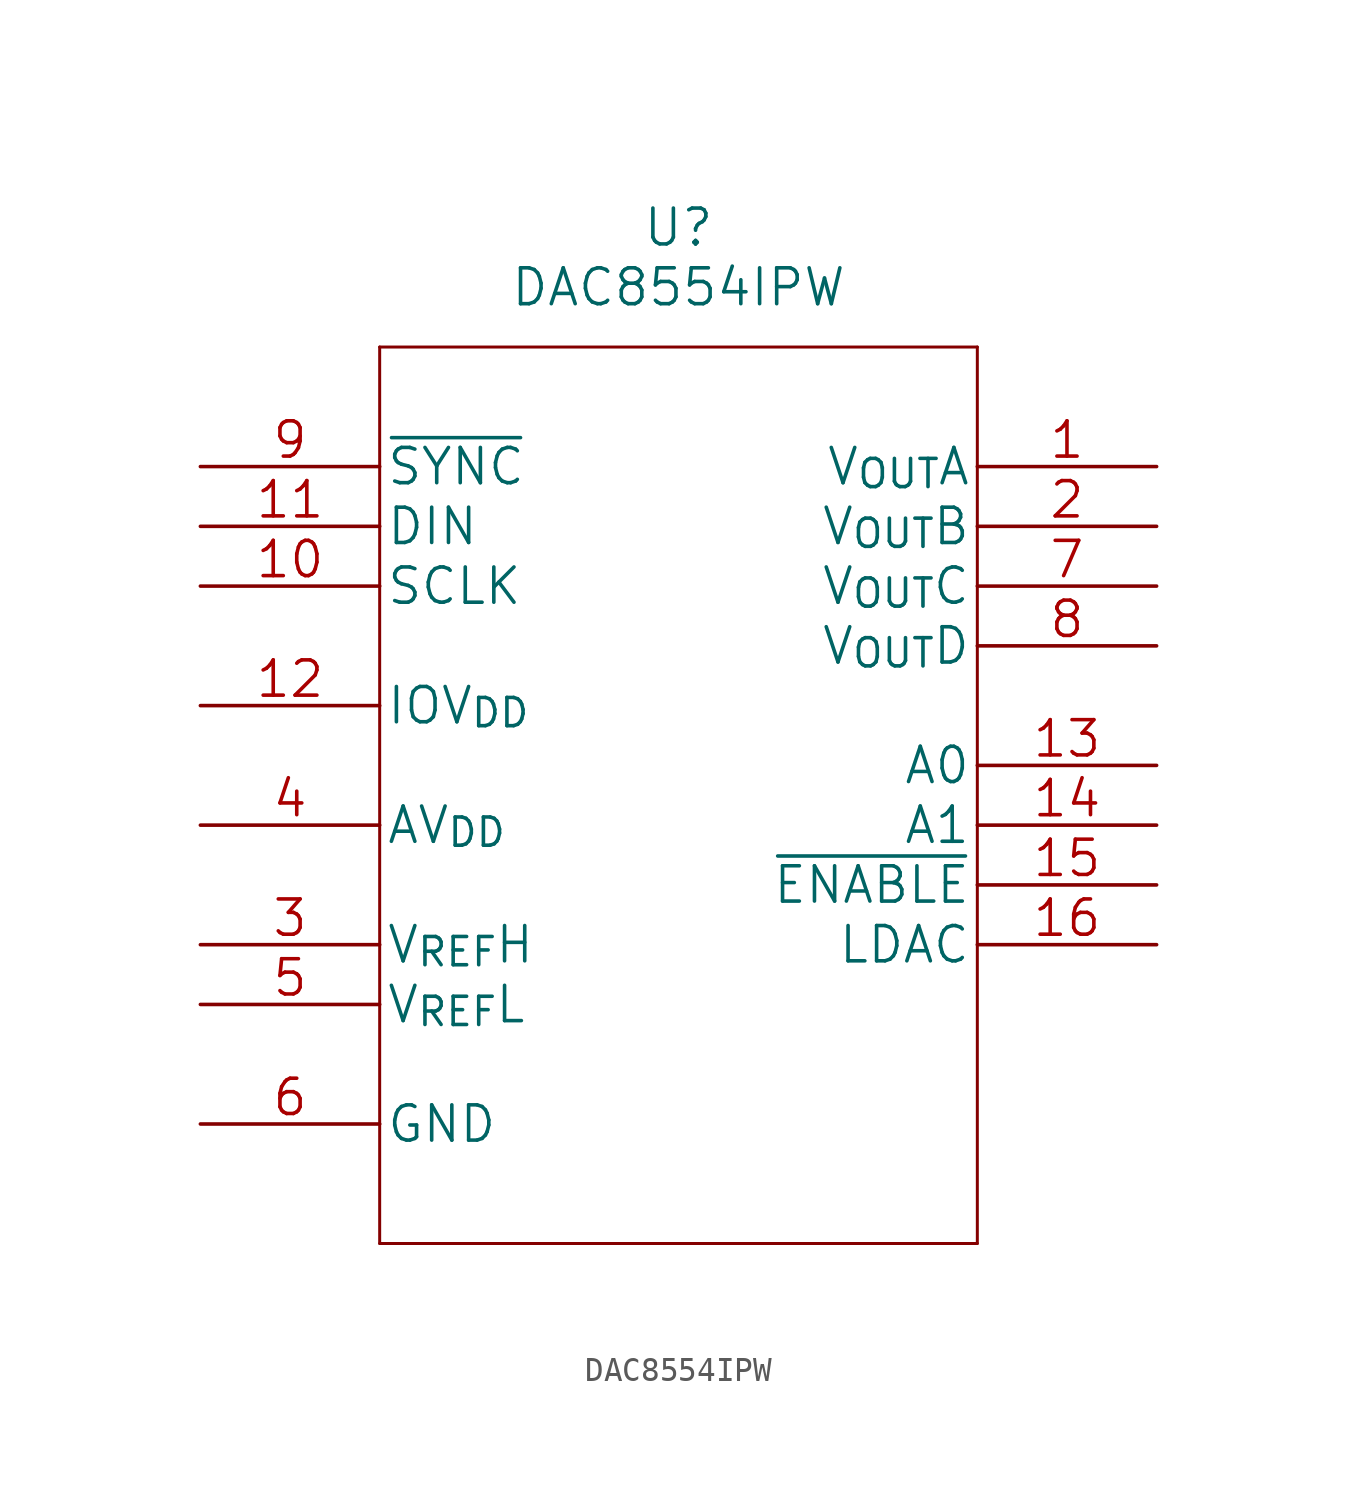
<source format=kicad_sym>
(kicad_symbol_lib
  (version 20211014)
  (generator kicad_symbol_editor)
  (symbol "DAC8554IPW"
    (pin_names
      (offset 0.254))
    (property "Reference" "U"
      (at 0 24.13 0)
      (effects (font (size 1.524 1.524))))
    (property "Value" "DAC8554IPW"
      (at 0 21.59 0)
      (effects (font (size 1.524 1.524))))
    (symbol "DAC8554IPW_1_1"
      (polyline (pts (xy -12.7 -19.05) (xy 12.7 -19.05)) (stroke (width 0.127) (type default) (color 0 0 0 0)) (fill (type none)))
      (polyline (pts (xy -12.7 19.05) (xy -12.7 -19.05)) (stroke (width 0.127) (type default) (color 0 0 0 0)) (fill (type none)))
      (polyline (pts (xy 12.7 -19.05) (xy 12.7 19.05)) (stroke (width 0.127) (type default) (color 0 0 0 0)) (fill (type none)))
      (polyline (pts (xy 12.7 19.05) (xy -12.7 19.05)) (stroke (width 0.127) (type default) (color 0 0 0 0)) (fill (type none)))
      (pin output line (at 20.32 13.97 180) (length 7.62) (name "V_{OUT}A" (effects (font (size 1.499 1.499)))) (number "1" (effects (font (size 1.499 1.499)))))
      (pin input line (at -20.32 8.89 0) (length 7.62) (name "SCLK" (effects (font (size 1.499 1.499)))) (number "10" (effects (font (size 1.499 1.499)))))
      (pin input line (at -20.32 11.43 0) (length 7.62) (name "DIN" (effects (font (size 1.499 1.499)))) (number "11" (effects (font (size 1.499 1.499)))))
      (pin power_in line (at -20.32 3.81 0) (length 7.62) (name "IOV_{DD}" (effects (font (size 1.499 1.499)))) (number "12" (effects (font (size 1.499 1.499)))))
      (pin unspecified line (at 20.32 1.27 180) (length 7.62) (name "A0" (effects (font (size 1.499 1.499)))) (number "13" (effects (font (size 1.499 1.499)))))
      (pin unspecified line (at 20.32 -1.27 180) (length 7.62) (name "A1" (effects (font (size 1.499 1.499)))) (number "14" (effects (font (size 1.499 1.499)))))
      (pin unspecified line (at 20.32 -3.81 180) (length 7.62) (name "~{ENABLE}" (effects (font (size 1.499 1.499)))) (number "15" (effects (font (size 1.499 1.499)))))
      (pin unspecified line (at 20.32 -6.35 180) (length 7.62) (name "LDAC" (effects (font (size 1.499 1.499)))) (number "16" (effects (font (size 1.499 1.499)))))
      (pin output line (at 20.32 11.43 180) (length 7.62) (name "V_{OUT}B" (effects (font (size 1.499 1.499)))) (number "2" (effects (font (size 1.499 1.499)))))
      (pin input line (at -20.32 -6.35 0) (length 7.62) (name "V_{REF}H" (effects (font (size 1.499 1.499)))) (number "3" (effects (font (size 1.499 1.499)))))
      (pin power_in line (at -20.32 -1.27 0) (length 7.62) (name "AV_{DD}" (effects (font (size 1.499 1.499)))) (number "4" (effects (font (size 1.499 1.499)))))
      (pin input line (at -20.32 -8.89 0) (length 7.62) (name "V_{REF}L" (effects (font (size 1.499 1.499)))) (number "5" (effects (font (size 1.499 1.499)))))
      (pin power_in line (at -20.32 -13.97 0) (length 7.62) (name "GND" (effects (font (size 1.499 1.499)))) (number "6" (effects (font (size 1.499 1.499)))))
      (pin output line (at 20.32 8.89 180) (length 7.62) (name "V_{OUT}C" (effects (font (size 1.499 1.499)))) (number "7" (effects (font (size 1.499 1.499)))))
      (pin output line (at 20.32 6.35 180) (length 7.62) (name "V_{OUT}D" (effects (font (size 1.499 1.499)))) (number "8" (effects (font (size 1.499 1.499)))))
      (pin input line (at -20.32 13.97 0) (length 7.62) (name "~{SYNC}" (effects (font (size 1.499 1.499)))) (number "9" (effects (font (size 1.499 1.499))))))))
</source>
